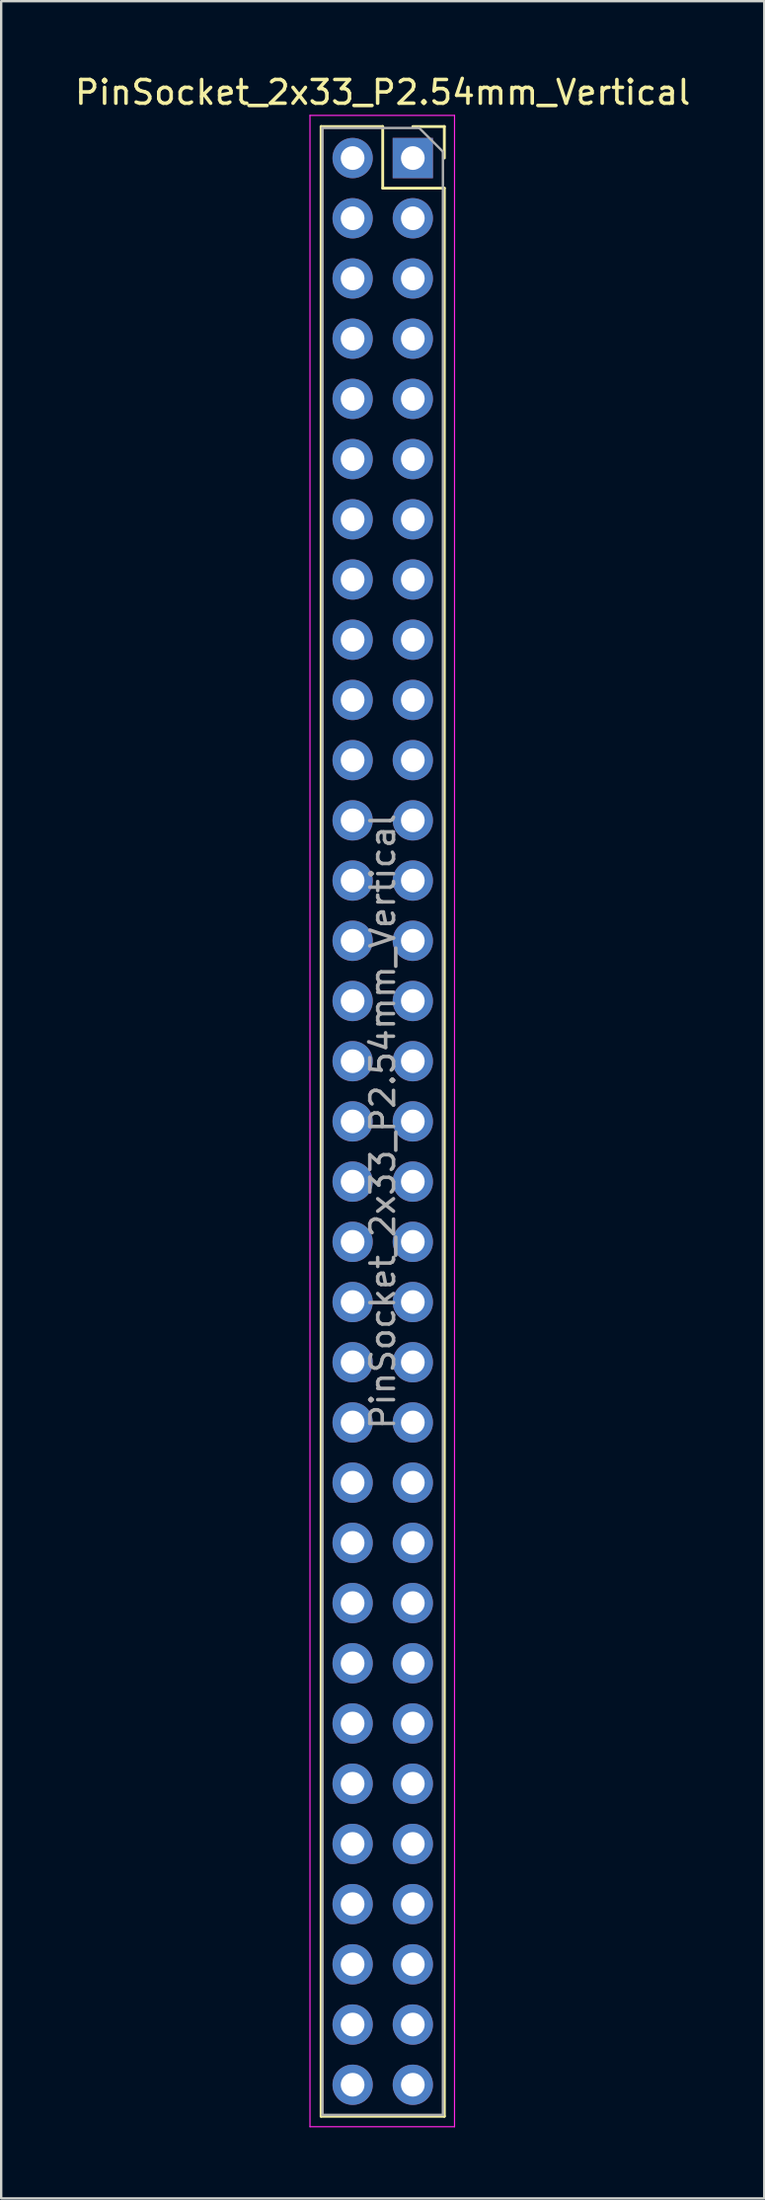
<source format=kicad_pcb>
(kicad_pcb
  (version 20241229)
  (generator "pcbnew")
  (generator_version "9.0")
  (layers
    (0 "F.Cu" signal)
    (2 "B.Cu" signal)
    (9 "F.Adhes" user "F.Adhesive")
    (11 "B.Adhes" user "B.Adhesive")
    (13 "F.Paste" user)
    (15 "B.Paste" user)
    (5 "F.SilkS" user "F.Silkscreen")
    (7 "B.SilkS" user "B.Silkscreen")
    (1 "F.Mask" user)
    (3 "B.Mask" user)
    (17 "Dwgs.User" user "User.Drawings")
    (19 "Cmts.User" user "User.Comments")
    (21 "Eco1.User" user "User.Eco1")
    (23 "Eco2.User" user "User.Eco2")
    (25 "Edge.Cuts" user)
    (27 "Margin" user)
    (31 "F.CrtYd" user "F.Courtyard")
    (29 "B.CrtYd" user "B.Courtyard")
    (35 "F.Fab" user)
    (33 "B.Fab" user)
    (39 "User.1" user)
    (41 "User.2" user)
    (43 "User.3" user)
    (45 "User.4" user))
  (footprint "PinSocket_2x33_P2.54mm_Vertical"
    (layer "F.Cu")
    (at 14.371 3.618)
    (property "Reference" "PinSocket_2x33_P2.54mm_Vertical" (at -1.27 -2.77 0) (layer "F.SilkS") (effects (font (size 1 1) (thickness 0.15))))
    (attr through_hole)
    (fp_line (start -3.87 -1.33) (end -3.87 82.61) (stroke (width 0.12) (type solid)) (layer "F.SilkS"))
    (fp_line (start -3.87 -1.33) (end -1.27 -1.33) (stroke (width 0.12) (type solid)) (layer "F.SilkS"))
    (fp_line (start -3.87 82.61) (end 1.33 82.61) (stroke (width 0.12) (type solid)) (layer "F.SilkS"))
    (fp_line (start -1.27 -1.33) (end -1.27 1.27) (stroke (width 0.12) (type solid)) (layer "F.SilkS"))
    (fp_line (start -1.27 1.27) (end 1.33 1.27) (stroke (width 0.12) (type solid)) (layer "F.SilkS"))
    (fp_line (start 0 -1.33) (end 1.33 -1.33) (stroke (width 0.12) (type solid)) (layer "F.SilkS"))
    (fp_line (start 1.33 -1.33) (end 1.33 0) (stroke (width 0.12) (type solid)) (layer "F.SilkS"))
    (fp_line (start 1.33 1.27) (end 1.33 82.61) (stroke (width 0.12) (type solid)) (layer "F.SilkS"))
    (fp_line (start -4.34 -1.8) (end 1.76 -1.8) (stroke (width 0.05) (type solid)) (layer "F.CrtYd"))
    (fp_line (start -4.34 83.05) (end -4.34 -1.8) (stroke (width 0.05) (type solid)) (layer "F.CrtYd"))
    (fp_line (start 1.76 -1.8) (end 1.76 83.05) (stroke (width 0.05) (type solid)) (layer "F.CrtYd"))
    (fp_line (start 1.76 83.05) (end -4.34 83.05) (stroke (width 0.05) (type solid)) (layer "F.CrtYd"))
    (fp_line (start -3.81 -1.27) (end 0.27 -1.27) (stroke (width 0.1) (type solid)) (layer "F.Fab"))
    (fp_line (start -3.81 82.55) (end -3.81 -1.27) (stroke (width 0.1) (type solid)) (layer "F.Fab"))
    (fp_line (start 0.27 -1.27) (end 1.27 -0.27) (stroke (width 0.1) (type solid)) (layer "F.Fab"))
    (fp_line (start 1.27 -0.27) (end 1.27 82.55) (stroke (width 0.1) (type solid)) (layer "F.Fab"))
    (fp_line (start 1.27 82.55) (end -3.81 82.55) (stroke (width 0.1) (type solid)) (layer "F.Fab"))
    (fp_text user "${REFERENCE}" (at -1.27 40.64 90) (layer "F.Fab") (effects (font (size 1 1) (thickness 0.15))))
    (pad "1" thru_hole rect (at 0 0) (size 1.7 1.7) (drill 1) (layers "*.Cu" "*.Mask"))
    (pad "2" thru_hole circle (at -2.54 0) (size 1.7 1.7) (drill 1) (layers "*.Cu" "*.Mask"))
    (pad "3" thru_hole circle (at 0 2.54) (size 1.7 1.7) (drill 1) (layers "*.Cu" "*.Mask"))
    (pad "4" thru_hole circle (at -2.54 2.54) (size 1.7 1.7) (drill 1) (layers "*.Cu" "*.Mask"))
    (pad "5" thru_hole circle (at 0 5.08) (size 1.7 1.7) (drill 1) (layers "*.Cu" "*.Mask"))
    (pad "6" thru_hole circle (at -2.54 5.08) (size 1.7 1.7) (drill 1) (layers "*.Cu" "*.Mask"))
    (pad "7" thru_hole circle (at 0 7.62) (size 1.7 1.7) (drill 1) (layers "*.Cu" "*.Mask"))
    (pad "8" thru_hole circle (at -2.54 7.62) (size 1.7 1.7) (drill 1) (layers "*.Cu" "*.Mask"))
    (pad "9" thru_hole circle (at 0 10.16) (size 1.7 1.7) (drill 1) (layers "*.Cu" "*.Mask"))
    (pad "10" thru_hole circle (at -2.54 10.16) (size 1.7 1.7) (drill 1) (layers "*.Cu" "*.Mask"))
    (pad "11" thru_hole circle (at 0 12.7) (size 1.7 1.7) (drill 1) (layers "*.Cu" "*.Mask"))
    (pad "12" thru_hole circle (at -2.54 12.7) (size 1.7 1.7) (drill 1) (layers "*.Cu" "*.Mask"))
    (pad "13" thru_hole circle (at 0 15.24) (size 1.7 1.7) (drill 1) (layers "*.Cu" "*.Mask"))
    (pad "14" thru_hole circle (at -2.54 15.24) (size 1.7 1.7) (drill 1) (layers "*.Cu" "*.Mask"))
    (pad "15" thru_hole circle (at 0 17.78) (size 1.7 1.7) (drill 1) (layers "*.Cu" "*.Mask"))
    (pad "16" thru_hole circle (at -2.54 17.78) (size 1.7 1.7) (drill 1) (layers "*.Cu" "*.Mask"))
    (pad "17" thru_hole circle (at 0 20.32) (size 1.7 1.7) (drill 1) (layers "*.Cu" "*.Mask"))
    (pad "18" thru_hole circle (at -2.54 20.32) (size 1.7 1.7) (drill 1) (layers "*.Cu" "*.Mask"))
    (pad "19" thru_hole circle (at 0 22.86) (size 1.7 1.7) (drill 1) (layers "*.Cu" "*.Mask"))
    (pad "20" thru_hole circle (at -2.54 22.86) (size 1.7 1.7) (drill 1) (layers "*.Cu" "*.Mask"))
    (pad "21" thru_hole circle (at 0 25.4) (size 1.7 1.7) (drill 1) (layers "*.Cu" "*.Mask"))
    (pad "22" thru_hole circle (at -2.54 25.4) (size 1.7 1.7) (drill 1) (layers "*.Cu" "*.Mask"))
    (pad "23" thru_hole circle (at 0 27.94) (size 1.7 1.7) (drill 1) (layers "*.Cu" "*.Mask"))
    (pad "24" thru_hole circle (at -2.54 27.94) (size 1.7 1.7) (drill 1) (layers "*.Cu" "*.Mask"))
    (pad "25" thru_hole circle (at 0 30.48) (size 1.7 1.7) (drill 1) (layers "*.Cu" "*.Mask"))
    (pad "26" thru_hole circle (at -2.54 30.48) (size 1.7 1.7) (drill 1) (layers "*.Cu" "*.Mask"))
    (pad "27" thru_hole circle (at 0 33.02) (size 1.7 1.7) (drill 1) (layers "*.Cu" "*.Mask"))
    (pad "28" thru_hole circle (at -2.54 33.02) (size 1.7 1.7) (drill 1) (layers "*.Cu" "*.Mask"))
    (pad "29" thru_hole circle (at 0 35.56) (size 1.7 1.7) (drill 1) (layers "*.Cu" "*.Mask"))
    (pad "30" thru_hole circle (at -2.54 35.56) (size 1.7 1.7) (drill 1) (layers "*.Cu" "*.Mask"))
    (pad "31" thru_hole circle (at 0 38.1) (size 1.7 1.7) (drill 1) (layers "*.Cu" "*.Mask"))
    (pad "32" thru_hole circle (at -2.54 38.1) (size 1.7 1.7) (drill 1) (layers "*.Cu" "*.Mask"))
    (pad "33" thru_hole circle (at 0 40.64) (size 1.7 1.7) (drill 1) (layers "*.Cu" "*.Mask"))
    (pad "34" thru_hole circle (at -2.54 40.64) (size 1.7 1.7) (drill 1) (layers "*.Cu" "*.Mask"))
    (pad "35" thru_hole circle (at 0 43.18) (size 1.7 1.7) (drill 1) (layers "*.Cu" "*.Mask"))
    (pad "36" thru_hole circle (at -2.54 43.18) (size 1.7 1.7) (drill 1) (layers "*.Cu" "*.Mask"))
    (pad "37" thru_hole circle (at 0 45.72) (size 1.7 1.7) (drill 1) (layers "*.Cu" "*.Mask"))
    (pad "38" thru_hole circle (at -2.54 45.72) (size 1.7 1.7) (drill 1) (layers "*.Cu" "*.Mask"))
    (pad "39" thru_hole circle (at 0 48.26) (size 1.7 1.7) (drill 1) (layers "*.Cu" "*.Mask"))
    (pad "40" thru_hole circle (at -2.54 48.26) (size 1.7 1.7) (drill 1) (layers "*.Cu" "*.Mask"))
    (pad "41" thru_hole circle (at 0 50.8) (size 1.7 1.7) (drill 1) (layers "*.Cu" "*.Mask"))
    (pad "42" thru_hole circle (at -2.54 50.8) (size 1.7 1.7) (drill 1) (layers "*.Cu" "*.Mask"))
    (pad "43" thru_hole circle (at 0 53.34) (size 1.7 1.7) (drill 1) (layers "*.Cu" "*.Mask"))
    (pad "44" thru_hole circle (at -2.54 53.34) (size 1.7 1.7) (drill 1) (layers "*.Cu" "*.Mask"))
    (pad "45" thru_hole circle (at 0 55.88) (size 1.7 1.7) (drill 1) (layers "*.Cu" "*.Mask"))
    (pad "46" thru_hole circle (at -2.54 55.88) (size 1.7 1.7) (drill 1) (layers "*.Cu" "*.Mask"))
    (pad "47" thru_hole circle (at 0 58.42) (size 1.7 1.7) (drill 1) (layers "*.Cu" "*.Mask"))
    (pad "48" thru_hole circle (at -2.54 58.42) (size 1.7 1.7) (drill 1) (layers "*.Cu" "*.Mask"))
    (pad "49" thru_hole circle (at 0 60.96) (size 1.7 1.7) (drill 1) (layers "*.Cu" "*.Mask"))
    (pad "50" thru_hole circle (at -2.54 60.96) (size 1.7 1.7) (drill 1) (layers "*.Cu" "*.Mask"))
    (pad "51" thru_hole circle (at 0 63.5) (size 1.7 1.7) (drill 1) (layers "*.Cu" "*.Mask"))
    (pad "52" thru_hole circle (at -2.54 63.5) (size 1.7 1.7) (drill 1) (layers "*.Cu" "*.Mask"))
    (pad "53" thru_hole circle (at 0 66.04) (size 1.7 1.7) (drill 1) (layers "*.Cu" "*.Mask"))
    (pad "54" thru_hole circle (at -2.54 66.04) (size 1.7 1.7) (drill 1) (layers "*.Cu" "*.Mask"))
    (pad "55" thru_hole circle (at 0 68.58) (size 1.7 1.7) (drill 1) (layers "*.Cu" "*.Mask"))
    (pad "56" thru_hole circle (at -2.54 68.58) (size 1.7 1.7) (drill 1) (layers "*.Cu" "*.Mask"))
    (pad "57" thru_hole circle (at 0 71.12) (size 1.7 1.7) (drill 1) (layers "*.Cu" "*.Mask"))
    (pad "58" thru_hole circle (at -2.54 71.12) (size 1.7 1.7) (drill 1) (layers "*.Cu" "*.Mask"))
    (pad "59" thru_hole circle (at 0 73.66) (size 1.7 1.7) (drill 1) (layers "*.Cu" "*.Mask"))
    (pad "60" thru_hole circle (at -2.54 73.66) (size 1.7 1.7) (drill 1) (layers "*.Cu" "*.Mask"))
    (pad "61" thru_hole circle (at 0 76.2) (size 1.7 1.7) (drill 1) (layers "*.Cu" "*.Mask"))
    (pad "62" thru_hole circle (at -2.54 76.2) (size 1.7 1.7) (drill 1) (layers "*.Cu" "*.Mask"))
    (pad "63" thru_hole circle (at 0 78.74) (size 1.7 1.7) (drill 1) (layers "*.Cu" "*.Mask"))
    (pad "64" thru_hole circle (at -2.54 78.74) (size 1.7 1.7) (drill 1) (layers "*.Cu" "*.Mask"))
    (pad "65" thru_hole circle (at 0 81.28) (size 1.7 1.7) (drill 1) (layers "*.Cu" "*.Mask"))
    (pad "66" thru_hole circle (at -2.54 81.28) (size 1.7 1.7) (drill 1) (layers "*.Cu" "*.Mask")))
  (gr_rect
    (start -3 -3)
    (end 29.202 89.693)
    (stroke (width 0.1) (type default))
    (fill no)
    (layer "Edge.Cuts")))
</source>
